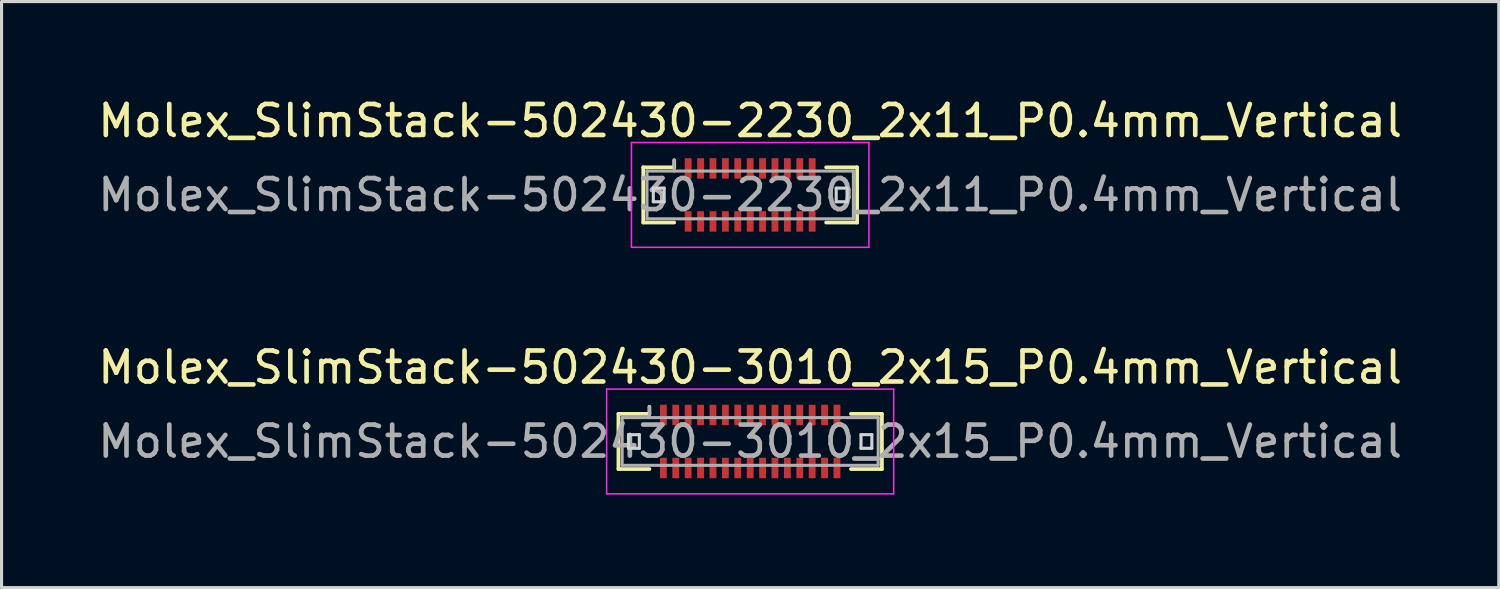
<source format=kicad_pcb>
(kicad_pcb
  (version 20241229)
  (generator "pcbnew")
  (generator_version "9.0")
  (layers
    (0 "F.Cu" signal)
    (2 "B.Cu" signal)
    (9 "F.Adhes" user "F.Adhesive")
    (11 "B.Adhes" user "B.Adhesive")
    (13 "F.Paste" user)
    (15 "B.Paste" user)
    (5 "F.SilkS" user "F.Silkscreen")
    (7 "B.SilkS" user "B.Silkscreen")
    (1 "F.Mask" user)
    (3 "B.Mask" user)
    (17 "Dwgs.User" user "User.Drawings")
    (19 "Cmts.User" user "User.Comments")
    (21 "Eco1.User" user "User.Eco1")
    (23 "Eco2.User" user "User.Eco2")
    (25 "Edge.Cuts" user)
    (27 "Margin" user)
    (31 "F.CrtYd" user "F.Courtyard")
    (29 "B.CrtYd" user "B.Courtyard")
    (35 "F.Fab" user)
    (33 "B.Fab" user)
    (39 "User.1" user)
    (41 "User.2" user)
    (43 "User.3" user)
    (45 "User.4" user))
  (footprint "Molex_SlimStack-502430-3010_2x15_P0.4mm_Vertical"
    (layer "F.Cu")
    (at 21.149 11.191)
    (property "Reference" "Molex_SlimStack-502430-3010_2x15_P0.4mm_Vertical" (at 0 -2.39 0) (layer "F.SilkS") (effects (font (size 1 1) (thickness 0.15))))
    (attr smd)
    (fp_line (start -4.25 -0.89) (end -3.25 -0.89) (stroke (width 0.12) (type solid)) (layer "F.SilkS"))
    (fp_line (start -4.25 0.89) (end -4.25 -0.89) (stroke (width 0.12) (type solid)) (layer "F.SilkS"))
    (fp_line (start -3.25 -0.89) (end -3.25 -1.12) (stroke (width 0.12) (type solid)) (layer "F.SilkS"))
    (fp_line (start -3.25 0.89) (end -4.25 0.89) (stroke (width 0.12) (type solid)) (layer "F.SilkS"))
    (fp_line (start 3.25 0.89) (end 4.25 0.89) (stroke (width 0.12) (type solid)) (layer "F.SilkS"))
    (fp_line (start 4.25 -0.89) (end 3.25 -0.89) (stroke (width 0.12) (type solid)) (layer "F.SilkS"))
    (fp_line (start 4.25 0.89) (end 4.25 -0.89) (stroke (width 0.12) (type solid)) (layer "F.SilkS"))
    (fp_line (start -3.925 -0.22) (end -3.925 0.22) (stroke (width 0.1) (type solid)) (layer "Edge.Cuts"))
    (fp_line (start -3.925 0.22) (end -3.575 0.22) (stroke (width 0.1) (type solid)) (layer "Edge.Cuts"))
    (fp_line (start -3.575 -0.22) (end -3.925 -0.22) (stroke (width 0.1) (type solid)) (layer "Edge.Cuts"))
    (fp_line (start -3.575 0.22) (end -3.575 -0.22) (stroke (width 0.1) (type solid)) (layer "Edge.Cuts"))
    (fp_line (start 3.575 -0.22) (end 3.575 0.22) (stroke (width 0.1) (type solid)) (layer "Edge.Cuts"))
    (fp_line (start 3.575 0.22) (end 3.925 0.22) (stroke (width 0.1) (type solid)) (layer "Edge.Cuts"))
    (fp_line (start 3.925 -0.22) (end 3.575 -0.22) (stroke (width 0.1) (type solid)) (layer "Edge.Cuts"))
    (fp_line (start 3.925 0.22) (end 3.925 -0.22) (stroke (width 0.1) (type solid)) (layer "Edge.Cuts"))
    (fp_line (start -4.63 -1.69) (end -4.63 1.69) (stroke (width 0.05) (type solid)) (layer "F.CrtYd"))
    (fp_line (start -4.63 1.69) (end 4.63 1.69) (stroke (width 0.05) (type solid)) (layer "F.CrtYd"))
    (fp_line (start 4.63 -1.69) (end -4.63 -1.69) (stroke (width 0.05) (type solid)) (layer "F.CrtYd"))
    (fp_line (start 4.63 1.69) (end 4.63 -1.69) (stroke (width 0.05) (type solid)) (layer "F.CrtYd"))
    (fp_line (start -4.13 -0.77) (end -4.13 0.77) (stroke (width 0.1) (type solid)) (layer "F.Fab"))
    (fp_line (start -4.13 0.77) (end 4.13 0.77) (stroke (width 0.1) (type solid)) (layer "F.Fab"))
    (fp_line (start -3.25 -0.77) (end -3.25 -1.12) (stroke (width 0.1) (type solid)) (layer "F.Fab"))
    (fp_line (start 4.13 -0.77) (end -4.13 -0.77) (stroke (width 0.1) (type solid)) (layer "F.Fab"))
    (fp_line (start 4.13 0.77) (end 4.13 -0.77) (stroke (width 0.1) (type solid)) (layer "F.Fab"))
    (fp_text user "${REFERENCE}" (at 0 0 0) (layer "F.Fab") (effects (font (size 1 1) (thickness 0.15))))
    (pad "1" smd rect (at -2.8 -0.855) (size 0.22 0.66) (layers "F.Cu" "F.Mask" "F.Paste"))
    (pad "2" smd rect (at -2.8 0.855) (size 0.22 0.66) (layers "F.Cu" "F.Mask" "F.Paste"))
    (pad "3" smd rect (at -2.4 -0.855) (size 0.22 0.66) (layers "F.Cu" "F.Mask" "F.Paste"))
    (pad "4" smd rect (at -2.4 0.855) (size 0.22 0.66) (layers "F.Cu" "F.Mask" "F.Paste"))
    (pad "5" smd rect (at -2 -0.855) (size 0.22 0.66) (layers "F.Cu" "F.Mask" "F.Paste"))
    (pad "6" smd rect (at -2 0.855) (size 0.22 0.66) (layers "F.Cu" "F.Mask" "F.Paste"))
    (pad "7" smd rect (at -1.6 -0.855) (size 0.22 0.66) (layers "F.Cu" "F.Mask" "F.Paste"))
    (pad "8" smd rect (at -1.6 0.855) (size 0.22 0.66) (layers "F.Cu" "F.Mask" "F.Paste"))
    (pad "9" smd rect (at -1.2 -0.855) (size 0.22 0.66) (layers "F.Cu" "F.Mask" "F.Paste"))
    (pad "10" smd rect (at -1.2 0.855) (size 0.22 0.66) (layers "F.Cu" "F.Mask" "F.Paste"))
    (pad "11" smd rect (at -0.8 -0.855) (size 0.22 0.66) (layers "F.Cu" "F.Mask" "F.Paste"))
    (pad "12" smd rect (at -0.8 0.855) (size 0.22 0.66) (layers "F.Cu" "F.Mask" "F.Paste"))
    (pad "13" smd rect (at -0.4 -0.855) (size 0.22 0.66) (layers "F.Cu" "F.Mask" "F.Paste"))
    (pad "14" smd rect (at -0.4 0.855) (size 0.22 0.66) (layers "F.Cu" "F.Mask" "F.Paste"))
    (pad "15" smd rect (at 0 -0.855) (size 0.22 0.66) (layers "F.Cu" "F.Mask" "F.Paste"))
    (pad "16" smd rect (at 0 0.855) (size 0.22 0.66) (layers "F.Cu" "F.Mask" "F.Paste"))
    (pad "17" smd rect (at 0.4 -0.855) (size 0.22 0.66) (layers "F.Cu" "F.Mask" "F.Paste"))
    (pad "18" smd rect (at 0.4 0.855) (size 0.22 0.66) (layers "F.Cu" "F.Mask" "F.Paste"))
    (pad "19" smd rect (at 0.8 -0.855) (size 0.22 0.66) (layers "F.Cu" "F.Mask" "F.Paste"))
    (pad "20" smd rect (at 0.8 0.855) (size 0.22 0.66) (layers "F.Cu" "F.Mask" "F.Paste"))
    (pad "21" smd rect (at 1.2 -0.855) (size 0.22 0.66) (layers "F.Cu" "F.Mask" "F.Paste"))
    (pad "22" smd rect (at 1.2 0.855) (size 0.22 0.66) (layers "F.Cu" "F.Mask" "F.Paste"))
    (pad "23" smd rect (at 1.6 -0.855) (size 0.22 0.66) (layers "F.Cu" "F.Mask" "F.Paste"))
    (pad "24" smd rect (at 1.6 0.855) (size 0.22 0.66) (layers "F.Cu" "F.Mask" "F.Paste"))
    (pad "25" smd rect (at 2 -0.855) (size 0.22 0.66) (layers "F.Cu" "F.Mask" "F.Paste"))
    (pad "26" smd rect (at 2 0.855) (size 0.22 0.66) (layers "F.Cu" "F.Mask" "F.Paste"))
    (pad "27" smd rect (at 2.4 -0.855) (size 0.22 0.66) (layers "F.Cu" "F.Mask" "F.Paste"))
    (pad "28" smd rect (at 2.4 0.855) (size 0.22 0.66) (layers "F.Cu" "F.Mask" "F.Paste"))
    (pad "29" smd rect (at 2.8 -0.855) (size 0.22 0.66) (layers "F.Cu" "F.Mask" "F.Paste"))
    (pad "30" smd rect (at 2.8 0.855) (size 0.22 0.66) (layers "F.Cu" "F.Mask" "F.Paste")))
  (footprint "Molex_SlimStack-502430-2230_2x11_P0.4mm_Vertical"
    (layer "F.Cu")
    (at 21.149 3.238)
    (property "Reference" "Molex_SlimStack-502430-2230_2x11_P0.4mm_Vertical" (at 0 -2.39 0) (layer "F.SilkS") (effects (font (size 1 1) (thickness 0.15))))
    (attr smd)
    (fp_line (start -3.45 -0.89) (end -2.45 -0.89) (stroke (width 0.12) (type solid)) (layer "F.SilkS"))
    (fp_line (start -3.45 0.89) (end -3.45 -0.89) (stroke (width 0.12) (type solid)) (layer "F.SilkS"))
    (fp_line (start -2.45 -0.89) (end -2.45 -1.12) (stroke (width 0.12) (type solid)) (layer "F.SilkS"))
    (fp_line (start -2.45 0.89) (end -3.45 0.89) (stroke (width 0.12) (type solid)) (layer "F.SilkS"))
    (fp_line (start 2.45 0.89) (end 3.45 0.89) (stroke (width 0.12) (type solid)) (layer "F.SilkS"))
    (fp_line (start 3.45 -0.89) (end 2.45 -0.89) (stroke (width 0.12) (type solid)) (layer "F.SilkS"))
    (fp_line (start 3.45 0.89) (end 3.45 -0.89) (stroke (width 0.12) (type solid)) (layer "F.SilkS"))
    (fp_line (start -3.125 -0.22) (end -3.125 0.22) (stroke (width 0.1) (type solid)) (layer "Edge.Cuts"))
    (fp_line (start -3.125 0.22) (end -2.775 0.22) (stroke (width 0.1) (type solid)) (layer "Edge.Cuts"))
    (fp_line (start -2.775 -0.22) (end -3.125 -0.22) (stroke (width 0.1) (type solid)) (layer "Edge.Cuts"))
    (fp_line (start -2.775 0.22) (end -2.775 -0.22) (stroke (width 0.1) (type solid)) (layer "Edge.Cuts"))
    (fp_line (start 2.775 -0.22) (end 2.775 0.22) (stroke (width 0.1) (type solid)) (layer "Edge.Cuts"))
    (fp_line (start 2.775 0.22) (end 3.125 0.22) (stroke (width 0.1) (type solid)) (layer "Edge.Cuts"))
    (fp_line (start 3.125 -0.22) (end 2.775 -0.22) (stroke (width 0.1) (type solid)) (layer "Edge.Cuts"))
    (fp_line (start 3.125 0.22) (end 3.125 -0.22) (stroke (width 0.1) (type solid)) (layer "Edge.Cuts"))
    (fp_line (start -3.83 -1.69) (end -3.83 1.69) (stroke (width 0.05) (type solid)) (layer "F.CrtYd"))
    (fp_line (start -3.83 1.69) (end 3.83 1.69) (stroke (width 0.05) (type solid)) (layer "F.CrtYd"))
    (fp_line (start 3.83 -1.69) (end -3.83 -1.69) (stroke (width 0.05) (type solid)) (layer "F.CrtYd"))
    (fp_line (start 3.83 1.69) (end 3.83 -1.69) (stroke (width 0.05) (type solid)) (layer "F.CrtYd"))
    (fp_line (start -3.33 -0.77) (end -3.33 0.77) (stroke (width 0.1) (type solid)) (layer "F.Fab"))
    (fp_line (start -3.33 0.77) (end 3.33 0.77) (stroke (width 0.1) (type solid)) (layer "F.Fab"))
    (fp_line (start -2.45 -0.77) (end -2.45 -1.12) (stroke (width 0.1) (type solid)) (layer "F.Fab"))
    (fp_line (start 3.33 -0.77) (end -3.33 -0.77) (stroke (width 0.1) (type solid)) (layer "F.Fab"))
    (fp_line (start 3.33 0.77) (end 3.33 -0.77) (stroke (width 0.1) (type solid)) (layer "F.Fab"))
    (fp_text user "${REFERENCE}" (at 0 0 0) (layer "F.Fab") (effects (font (size 1 1) (thickness 0.15))))
    (pad "1" smd rect (at -2 -0.855) (size 0.22 0.66) (layers "F.Cu" "F.Mask" "F.Paste"))
    (pad "2" smd rect (at -2 0.855) (size 0.22 0.66) (layers "F.Cu" "F.Mask" "F.Paste"))
    (pad "3" smd rect (at -1.6 -0.855) (size 0.22 0.66) (layers "F.Cu" "F.Mask" "F.Paste"))
    (pad "4" smd rect (at -1.6 0.855) (size 0.22 0.66) (layers "F.Cu" "F.Mask" "F.Paste"))
    (pad "5" smd rect (at -1.2 -0.855) (size 0.22 0.66) (layers "F.Cu" "F.Mask" "F.Paste"))
    (pad "6" smd rect (at -1.2 0.855) (size 0.22 0.66) (layers "F.Cu" "F.Mask" "F.Paste"))
    (pad "7" smd rect (at -0.8 -0.855) (size 0.22 0.66) (layers "F.Cu" "F.Mask" "F.Paste"))
    (pad "8" smd rect (at -0.8 0.855) (size 0.22 0.66) (layers "F.Cu" "F.Mask" "F.Paste"))
    (pad "9" smd rect (at -0.4 -0.855) (size 0.22 0.66) (layers "F.Cu" "F.Mask" "F.Paste"))
    (pad "10" smd rect (at -0.4 0.855) (size 0.22 0.66) (layers "F.Cu" "F.Mask" "F.Paste"))
    (pad "11" smd rect (at 0 -0.855) (size 0.22 0.66) (layers "F.Cu" "F.Mask" "F.Paste"))
    (pad "12" smd rect (at 0 0.855) (size 0.22 0.66) (layers "F.Cu" "F.Mask" "F.Paste"))
    (pad "13" smd rect (at 0.4 -0.855) (size 0.22 0.66) (layers "F.Cu" "F.Mask" "F.Paste"))
    (pad "14" smd rect (at 0.4 0.855) (size 0.22 0.66) (layers "F.Cu" "F.Mask" "F.Paste"))
    (pad "15" smd rect (at 0.8 -0.855) (size 0.22 0.66) (layers "F.Cu" "F.Mask" "F.Paste"))
    (pad "16" smd rect (at 0.8 0.855) (size 0.22 0.66) (layers "F.Cu" "F.Mask" "F.Paste"))
    (pad "17" smd rect (at 1.2 -0.855) (size 0.22 0.66) (layers "F.Cu" "F.Mask" "F.Paste"))
    (pad "18" smd rect (at 1.2 0.855) (size 0.22 0.66) (layers "F.Cu" "F.Mask" "F.Paste"))
    (pad "19" smd rect (at 1.6 -0.855) (size 0.22 0.66) (layers "F.Cu" "F.Mask" "F.Paste"))
    (pad "20" smd rect (at 1.6 0.855) (size 0.22 0.66) (layers "F.Cu" "F.Mask" "F.Paste"))
    (pad "21" smd rect (at 2 -0.855) (size 0.22 0.66) (layers "F.Cu" "F.Mask" "F.Paste"))
    (pad "22" smd rect (at 2 0.855) (size 0.22 0.66) (layers "F.Cu" "F.Mask" "F.Paste")))
  (gr_rect
    (start -3 -3)
    (end 45.298 15.906)
    (stroke (width 0.1) (type default))
    (fill no)
    (layer "Edge.Cuts")))
</source>
